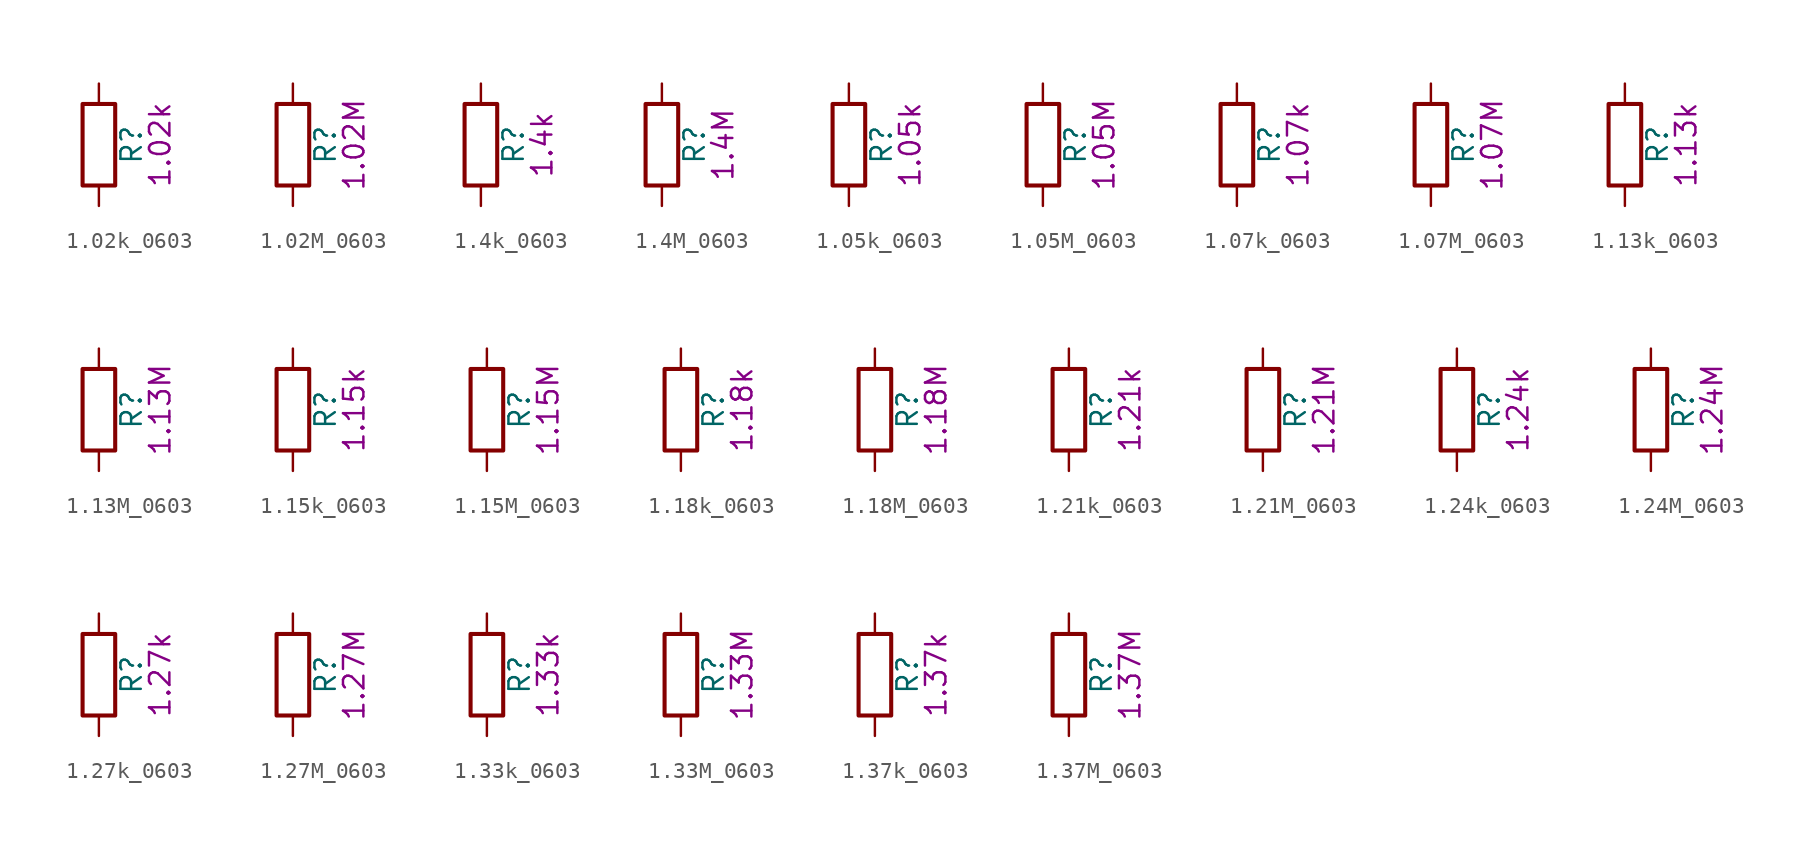
<source format=kicad_sym>
(kicad_symbol_lib
  (version 20211014)
  (generator kicad_symbol_editor)
  (symbol "1.02k_0603"
    (pin_numbers hide)
    (pin_names
      (offset 0))
    (property "Reference" "R"
      (at 2.032 0 90)
      (effects (font (size 1.27 1.27))))
    (property "Display" "1.02k"
      (at 3.81 0 90)
      (effects (font (size 1.27 1.27))))
    (symbol "1.02k_0603_0_1"
      (rectangle (start -1.016 -2.54) (end 1.016 2.54) (stroke (width 0.254) (type default) (color 0 0 0 0)) (fill (type none))))
    (symbol "1.02k_0603_1_1"
      (pin passive line (at 0 3.81 270) (length 1.27) (name "~" (effects (font (size 1.27 1.27)))) (number "1" (effects (font (size 1.27 1.27)))))
      (pin passive line (at 0 -3.81 90) (length 1.27) (name "~" (effects (font (size 1.27 1.27)))) (number "2" (effects (font (size 1.27 1.27)))))))
  (symbol "1.02M_0603"
    (pin_numbers hide)
    (pin_names
      (offset 0))
    (property "Reference" "R"
      (at 2.032 0 90)
      (effects (font (size 1.27 1.27))))
    (property "Display" "1.02M"
      (at 3.81 0 90)
      (effects (font (size 1.27 1.27))))
    (symbol "1.02M_0603_0_1"
      (rectangle (start -1.016 -2.54) (end 1.016 2.54) (stroke (width 0.254) (type default) (color 0 0 0 0)) (fill (type none))))
    (symbol "1.02M_0603_1_1"
      (pin passive line (at 0 3.81 270) (length 1.27) (name "~" (effects (font (size 1.27 1.27)))) (number "1" (effects (font (size 1.27 1.27)))))
      (pin passive line (at 0 -3.81 90) (length 1.27) (name "~" (effects (font (size 1.27 1.27)))) (number "2" (effects (font (size 1.27 1.27)))))))
  (symbol "1.4k_0603"
    (pin_numbers hide)
    (pin_names
      (offset 0))
    (property "Reference" "R"
      (at 2.032 0 90)
      (effects (font (size 1.27 1.27))))
    (property "Display" "1.4k"
      (at 3.81 0 90)
      (effects (font (size 1.27 1.27))))
    (symbol "1.4k_0603_0_1"
      (rectangle (start -1.016 -2.54) (end 1.016 2.54) (stroke (width 0.254) (type default) (color 0 0 0 0)) (fill (type none))))
    (symbol "1.4k_0603_1_1"
      (pin passive line (at 0 3.81 270) (length 1.27) (name "~" (effects (font (size 1.27 1.27)))) (number "1" (effects (font (size 1.27 1.27)))))
      (pin passive line (at 0 -3.81 90) (length 1.27) (name "~" (effects (font (size 1.27 1.27)))) (number "2" (effects (font (size 1.27 1.27)))))))
  (symbol "1.4M_0603"
    (pin_numbers hide)
    (pin_names
      (offset 0))
    (property "Reference" "R"
      (at 2.032 0 90)
      (effects (font (size 1.27 1.27))))
    (property "Display" "1.4M"
      (at 3.81 0 90)
      (effects (font (size 1.27 1.27))))
    (symbol "1.4M_0603_0_1"
      (rectangle (start -1.016 -2.54) (end 1.016 2.54) (stroke (width 0.254) (type default) (color 0 0 0 0)) (fill (type none))))
    (symbol "1.4M_0603_1_1"
      (pin passive line (at 0 3.81 270) (length 1.27) (name "~" (effects (font (size 1.27 1.27)))) (number "1" (effects (font (size 1.27 1.27)))))
      (pin passive line (at 0 -3.81 90) (length 1.27) (name "~" (effects (font (size 1.27 1.27)))) (number "2" (effects (font (size 1.27 1.27)))))))
  (symbol "1.05k_0603"
    (pin_numbers hide)
    (pin_names
      (offset 0))
    (property "Reference" "R"
      (at 2.032 0 90)
      (effects (font (size 1.27 1.27))))
    (property "Display" "1.05k"
      (at 3.81 0 90)
      (effects (font (size 1.27 1.27))))
    (symbol "1.05k_0603_0_1"
      (rectangle (start -1.016 -2.54) (end 1.016 2.54) (stroke (width 0.254) (type default) (color 0 0 0 0)) (fill (type none))))
    (symbol "1.05k_0603_1_1"
      (pin passive line (at 0 3.81 270) (length 1.27) (name "~" (effects (font (size 1.27 1.27)))) (number "1" (effects (font (size 1.27 1.27)))))
      (pin passive line (at 0 -3.81 90) (length 1.27) (name "~" (effects (font (size 1.27 1.27)))) (number "2" (effects (font (size 1.27 1.27)))))))
  (symbol "1.05M_0603"
    (pin_numbers hide)
    (pin_names
      (offset 0))
    (property "Reference" "R"
      (at 2.032 0 90)
      (effects (font (size 1.27 1.27))))
    (property "Display" "1.05M"
      (at 3.81 0 90)
      (effects (font (size 1.27 1.27))))
    (symbol "1.05M_0603_0_1"
      (rectangle (start -1.016 -2.54) (end 1.016 2.54) (stroke (width 0.254) (type default) (color 0 0 0 0)) (fill (type none))))
    (symbol "1.05M_0603_1_1"
      (pin passive line (at 0 3.81 270) (length 1.27) (name "~" (effects (font (size 1.27 1.27)))) (number "1" (effects (font (size 1.27 1.27)))))
      (pin passive line (at 0 -3.81 90) (length 1.27) (name "~" (effects (font (size 1.27 1.27)))) (number "2" (effects (font (size 1.27 1.27)))))))
  (symbol "1.07k_0603"
    (pin_numbers hide)
    (pin_names
      (offset 0))
    (property "Reference" "R"
      (at 2.032 0 90)
      (effects (font (size 1.27 1.27))))
    (property "Display" "1.07k"
      (at 3.81 0 90)
      (effects (font (size 1.27 1.27))))
    (symbol "1.07k_0603_0_1"
      (rectangle (start -1.016 -2.54) (end 1.016 2.54) (stroke (width 0.254) (type default) (color 0 0 0 0)) (fill (type none))))
    (symbol "1.07k_0603_1_1"
      (pin passive line (at 0 3.81 270) (length 1.27) (name "~" (effects (font (size 1.27 1.27)))) (number "1" (effects (font (size 1.27 1.27)))))
      (pin passive line (at 0 -3.81 90) (length 1.27) (name "~" (effects (font (size 1.27 1.27)))) (number "2" (effects (font (size 1.27 1.27)))))))
  (symbol "1.07M_0603"
    (pin_numbers hide)
    (pin_names
      (offset 0))
    (property "Reference" "R"
      (at 2.032 0 90)
      (effects (font (size 1.27 1.27))))
    (property "Display" "1.07M"
      (at 3.81 0 90)
      (effects (font (size 1.27 1.27))))
    (symbol "1.07M_0603_0_1"
      (rectangle (start -1.016 -2.54) (end 1.016 2.54) (stroke (width 0.254) (type default) (color 0 0 0 0)) (fill (type none))))
    (symbol "1.07M_0603_1_1"
      (pin passive line (at 0 3.81 270) (length 1.27) (name "~" (effects (font (size 1.27 1.27)))) (number "1" (effects (font (size 1.27 1.27)))))
      (pin passive line (at 0 -3.81 90) (length 1.27) (name "~" (effects (font (size 1.27 1.27)))) (number "2" (effects (font (size 1.27 1.27)))))))
  (symbol "1.13k_0603"
    (pin_numbers hide)
    (pin_names
      (offset 0))
    (property "Reference" "R"
      (at 2.032 0 90)
      (effects (font (size 1.27 1.27))))
    (property "Display" "1.13k"
      (at 3.81 0 90)
      (effects (font (size 1.27 1.27))))
    (symbol "1.13k_0603_0_1"
      (rectangle (start -1.016 -2.54) (end 1.016 2.54) (stroke (width 0.254) (type default) (color 0 0 0 0)) (fill (type none))))
    (symbol "1.13k_0603_1_1"
      (pin passive line (at 0 3.81 270) (length 1.27) (name "~" (effects (font (size 1.27 1.27)))) (number "1" (effects (font (size 1.27 1.27)))))
      (pin passive line (at 0 -3.81 90) (length 1.27) (name "~" (effects (font (size 1.27 1.27)))) (number "2" (effects (font (size 1.27 1.27)))))))
  (symbol "1.13M_0603"
    (pin_numbers hide)
    (pin_names
      (offset 0))
    (property "Reference" "R"
      (at 2.032 0 90)
      (effects (font (size 1.27 1.27))))
    (property "Display" "1.13M"
      (at 3.81 0 90)
      (effects (font (size 1.27 1.27))))
    (symbol "1.13M_0603_0_1"
      (rectangle (start -1.016 -2.54) (end 1.016 2.54) (stroke (width 0.254) (type default) (color 0 0 0 0)) (fill (type none))))
    (symbol "1.13M_0603_1_1"
      (pin passive line (at 0 3.81 270) (length 1.27) (name "~" (effects (font (size 1.27 1.27)))) (number "1" (effects (font (size 1.27 1.27)))))
      (pin passive line (at 0 -3.81 90) (length 1.27) (name "~" (effects (font (size 1.27 1.27)))) (number "2" (effects (font (size 1.27 1.27)))))))
  (symbol "1.15k_0603"
    (pin_numbers hide)
    (pin_names
      (offset 0))
    (property "Reference" "R"
      (at 2.032 0 90)
      (effects (font (size 1.27 1.27))))
    (property "Display" "1.15k"
      (at 3.81 0 90)
      (effects (font (size 1.27 1.27))))
    (symbol "1.15k_0603_0_1"
      (rectangle (start -1.016 -2.54) (end 1.016 2.54) (stroke (width 0.254) (type default) (color 0 0 0 0)) (fill (type none))))
    (symbol "1.15k_0603_1_1"
      (pin passive line (at 0 3.81 270) (length 1.27) (name "~" (effects (font (size 1.27 1.27)))) (number "1" (effects (font (size 1.27 1.27)))))
      (pin passive line (at 0 -3.81 90) (length 1.27) (name "~" (effects (font (size 1.27 1.27)))) (number "2" (effects (font (size 1.27 1.27)))))))
  (symbol "1.15M_0603"
    (pin_numbers hide)
    (pin_names
      (offset 0))
    (property "Reference" "R"
      (at 2.032 0 90)
      (effects (font (size 1.27 1.27))))
    (property "Display" "1.15M"
      (at 3.81 0 90)
      (effects (font (size 1.27 1.27))))
    (symbol "1.15M_0603_0_1"
      (rectangle (start -1.016 -2.54) (end 1.016 2.54) (stroke (width 0.254) (type default) (color 0 0 0 0)) (fill (type none))))
    (symbol "1.15M_0603_1_1"
      (pin passive line (at 0 3.81 270) (length 1.27) (name "~" (effects (font (size 1.27 1.27)))) (number "1" (effects (font (size 1.27 1.27)))))
      (pin passive line (at 0 -3.81 90) (length 1.27) (name "~" (effects (font (size 1.27 1.27)))) (number "2" (effects (font (size 1.27 1.27)))))))
  (symbol "1.18k_0603"
    (pin_numbers hide)
    (pin_names
      (offset 0))
    (property "Reference" "R"
      (at 2.032 0 90)
      (effects (font (size 1.27 1.27))))
    (property "Display" "1.18k"
      (at 3.81 0 90)
      (effects (font (size 1.27 1.27))))
    (symbol "1.18k_0603_0_1"
      (rectangle (start -1.016 -2.54) (end 1.016 2.54) (stroke (width 0.254) (type default) (color 0 0 0 0)) (fill (type none))))
    (symbol "1.18k_0603_1_1"
      (pin passive line (at 0 3.81 270) (length 1.27) (name "~" (effects (font (size 1.27 1.27)))) (number "1" (effects (font (size 1.27 1.27)))))
      (pin passive line (at 0 -3.81 90) (length 1.27) (name "~" (effects (font (size 1.27 1.27)))) (number "2" (effects (font (size 1.27 1.27)))))))
  (symbol "1.18M_0603"
    (pin_numbers hide)
    (pin_names
      (offset 0))
    (property "Reference" "R"
      (at 2.032 0 90)
      (effects (font (size 1.27 1.27))))
    (property "Display" "1.18M"
      (at 3.81 0 90)
      (effects (font (size 1.27 1.27))))
    (symbol "1.18M_0603_0_1"
      (rectangle (start -1.016 -2.54) (end 1.016 2.54) (stroke (width 0.254) (type default) (color 0 0 0 0)) (fill (type none))))
    (symbol "1.18M_0603_1_1"
      (pin passive line (at 0 3.81 270) (length 1.27) (name "~" (effects (font (size 1.27 1.27)))) (number "1" (effects (font (size 1.27 1.27)))))
      (pin passive line (at 0 -3.81 90) (length 1.27) (name "~" (effects (font (size 1.27 1.27)))) (number "2" (effects (font (size 1.27 1.27)))))))
  (symbol "1.21k_0603"
    (pin_numbers hide)
    (pin_names
      (offset 0))
    (property "Reference" "R"
      (at 2.032 0 90)
      (effects (font (size 1.27 1.27))))
    (property "Display" "1.21k"
      (at 3.81 0 90)
      (effects (font (size 1.27 1.27))))
    (symbol "1.21k_0603_0_1"
      (rectangle (start -1.016 -2.54) (end 1.016 2.54) (stroke (width 0.254) (type default) (color 0 0 0 0)) (fill (type none))))
    (symbol "1.21k_0603_1_1"
      (pin passive line (at 0 3.81 270) (length 1.27) (name "~" (effects (font (size 1.27 1.27)))) (number "1" (effects (font (size 1.27 1.27)))))
      (pin passive line (at 0 -3.81 90) (length 1.27) (name "~" (effects (font (size 1.27 1.27)))) (number "2" (effects (font (size 1.27 1.27)))))))
  (symbol "1.21M_0603"
    (pin_numbers hide)
    (pin_names
      (offset 0))
    (property "Reference" "R"
      (at 2.032 0 90)
      (effects (font (size 1.27 1.27))))
    (property "Display" "1.21M"
      (at 3.81 0 90)
      (effects (font (size 1.27 1.27))))
    (symbol "1.21M_0603_0_1"
      (rectangle (start -1.016 -2.54) (end 1.016 2.54) (stroke (width 0.254) (type default) (color 0 0 0 0)) (fill (type none))))
    (symbol "1.21M_0603_1_1"
      (pin passive line (at 0 3.81 270) (length 1.27) (name "~" (effects (font (size 1.27 1.27)))) (number "1" (effects (font (size 1.27 1.27)))))
      (pin passive line (at 0 -3.81 90) (length 1.27) (name "~" (effects (font (size 1.27 1.27)))) (number "2" (effects (font (size 1.27 1.27)))))))
  (symbol "1.24k_0603"
    (pin_numbers hide)
    (pin_names
      (offset 0))
    (property "Reference" "R"
      (at 2.032 0 90)
      (effects (font (size 1.27 1.27))))
    (property "Display" "1.24k"
      (at 3.81 0 90)
      (effects (font (size 1.27 1.27))))
    (symbol "1.24k_0603_0_1"
      (rectangle (start -1.016 -2.54) (end 1.016 2.54) (stroke (width 0.254) (type default) (color 0 0 0 0)) (fill (type none))))
    (symbol "1.24k_0603_1_1"
      (pin passive line (at 0 3.81 270) (length 1.27) (name "~" (effects (font (size 1.27 1.27)))) (number "1" (effects (font (size 1.27 1.27)))))
      (pin passive line (at 0 -3.81 90) (length 1.27) (name "~" (effects (font (size 1.27 1.27)))) (number "2" (effects (font (size 1.27 1.27)))))))
  (symbol "1.24M_0603"
    (pin_numbers hide)
    (pin_names
      (offset 0))
    (property "Reference" "R"
      (at 2.032 0 90)
      (effects (font (size 1.27 1.27))))
    (property "Display" "1.24M"
      (at 3.81 0 90)
      (effects (font (size 1.27 1.27))))
    (symbol "1.24M_0603_0_1"
      (rectangle (start -1.016 -2.54) (end 1.016 2.54) (stroke (width 0.254) (type default) (color 0 0 0 0)) (fill (type none))))
    (symbol "1.24M_0603_1_1"
      (pin passive line (at 0 3.81 270) (length 1.27) (name "~" (effects (font (size 1.27 1.27)))) (number "1" (effects (font (size 1.27 1.27)))))
      (pin passive line (at 0 -3.81 90) (length 1.27) (name "~" (effects (font (size 1.27 1.27)))) (number "2" (effects (font (size 1.27 1.27)))))))
  (symbol "1.27k_0603"
    (pin_numbers hide)
    (pin_names
      (offset 0))
    (property "Reference" "R"
      (at 2.032 0 90)
      (effects (font (size 1.27 1.27))))
    (property "Display" "1.27k"
      (at 3.81 0 90)
      (effects (font (size 1.27 1.27))))
    (symbol "1.27k_0603_0_1"
      (rectangle (start -1.016 -2.54) (end 1.016 2.54) (stroke (width 0.254) (type default) (color 0 0 0 0)) (fill (type none))))
    (symbol "1.27k_0603_1_1"
      (pin passive line (at 0 3.81 270) (length 1.27) (name "~" (effects (font (size 1.27 1.27)))) (number "1" (effects (font (size 1.27 1.27)))))
      (pin passive line (at 0 -3.81 90) (length 1.27) (name "~" (effects (font (size 1.27 1.27)))) (number "2" (effects (font (size 1.27 1.27)))))))
  (symbol "1.27M_0603"
    (pin_numbers hide)
    (pin_names
      (offset 0))
    (property "Reference" "R"
      (at 2.032 0 90)
      (effects (font (size 1.27 1.27))))
    (property "Display" "1.27M"
      (at 3.81 0 90)
      (effects (font (size 1.27 1.27))))
    (symbol "1.27M_0603_0_1"
      (rectangle (start -1.016 -2.54) (end 1.016 2.54) (stroke (width 0.254) (type default) (color 0 0 0 0)) (fill (type none))))
    (symbol "1.27M_0603_1_1"
      (pin passive line (at 0 3.81 270) (length 1.27) (name "~" (effects (font (size 1.27 1.27)))) (number "1" (effects (font (size 1.27 1.27)))))
      (pin passive line (at 0 -3.81 90) (length 1.27) (name "~" (effects (font (size 1.27 1.27)))) (number "2" (effects (font (size 1.27 1.27)))))))
  (symbol "1.33k_0603"
    (pin_numbers hide)
    (pin_names
      (offset 0))
    (property "Reference" "R"
      (at 2.032 0 90)
      (effects (font (size 1.27 1.27))))
    (property "Display" "1.33k"
      (at 3.81 0 90)
      (effects (font (size 1.27 1.27))))
    (symbol "1.33k_0603_0_1"
      (rectangle (start -1.016 -2.54) (end 1.016 2.54) (stroke (width 0.254) (type default) (color 0 0 0 0)) (fill (type none))))
    (symbol "1.33k_0603_1_1"
      (pin passive line (at 0 3.81 270) (length 1.27) (name "~" (effects (font (size 1.27 1.27)))) (number "1" (effects (font (size 1.27 1.27)))))
      (pin passive line (at 0 -3.81 90) (length 1.27) (name "~" (effects (font (size 1.27 1.27)))) (number "2" (effects (font (size 1.27 1.27)))))))
  (symbol "1.33M_0603"
    (pin_numbers hide)
    (pin_names
      (offset 0))
    (property "Reference" "R"
      (at 2.032 0 90)
      (effects (font (size 1.27 1.27))))
    (property "Display" "1.33M"
      (at 3.81 0 90)
      (effects (font (size 1.27 1.27))))
    (symbol "1.33M_0603_0_1"
      (rectangle (start -1.016 -2.54) (end 1.016 2.54) (stroke (width 0.254) (type default) (color 0 0 0 0)) (fill (type none))))
    (symbol "1.33M_0603_1_1"
      (pin passive line (at 0 3.81 270) (length 1.27) (name "~" (effects (font (size 1.27 1.27)))) (number "1" (effects (font (size 1.27 1.27)))))
      (pin passive line (at 0 -3.81 90) (length 1.27) (name "~" (effects (font (size 1.27 1.27)))) (number "2" (effects (font (size 1.27 1.27)))))))
  (symbol "1.37k_0603"
    (pin_numbers hide)
    (pin_names
      (offset 0))
    (property "Reference" "R"
      (at 2.032 0 90)
      (effects (font (size 1.27 1.27))))
    (property "Display" "1.37k"
      (at 3.81 0 90)
      (effects (font (size 1.27 1.27))))
    (symbol "1.37k_0603_0_1"
      (rectangle (start -1.016 -2.54) (end 1.016 2.54) (stroke (width 0.254) (type default) (color 0 0 0 0)) (fill (type none))))
    (symbol "1.37k_0603_1_1"
      (pin passive line (at 0 3.81 270) (length 1.27) (name "~" (effects (font (size 1.27 1.27)))) (number "1" (effects (font (size 1.27 1.27)))))
      (pin passive line (at 0 -3.81 90) (length 1.27) (name "~" (effects (font (size 1.27 1.27)))) (number "2" (effects (font (size 1.27 1.27)))))))
  (symbol "1.37M_0603"
    (pin_numbers hide)
    (pin_names
      (offset 0))
    (property "Reference" "R"
      (at 2.032 0 90)
      (effects (font (size 1.27 1.27))))
    (property "Display" "1.37M"
      (at 3.81 0 90)
      (effects (font (size 1.27 1.27))))
    (symbol "1.37M_0603_0_1"
      (rectangle (start -1.016 -2.54) (end 1.016 2.54) (stroke (width 0.254) (type default) (color 0 0 0 0)) (fill (type none))))
    (symbol "1.37M_0603_1_1"
      (pin passive line (at 0 3.81 270) (length 1.27) (name "~" (effects (font (size 1.27 1.27)))) (number "1" (effects (font (size 1.27 1.27)))))
      (pin passive line (at 0 -3.81 90) (length 1.27) (name "~" (effects (font (size 1.27 1.27)))) (number "2" (effects (font (size 1.27 1.27))))))))
</source>
